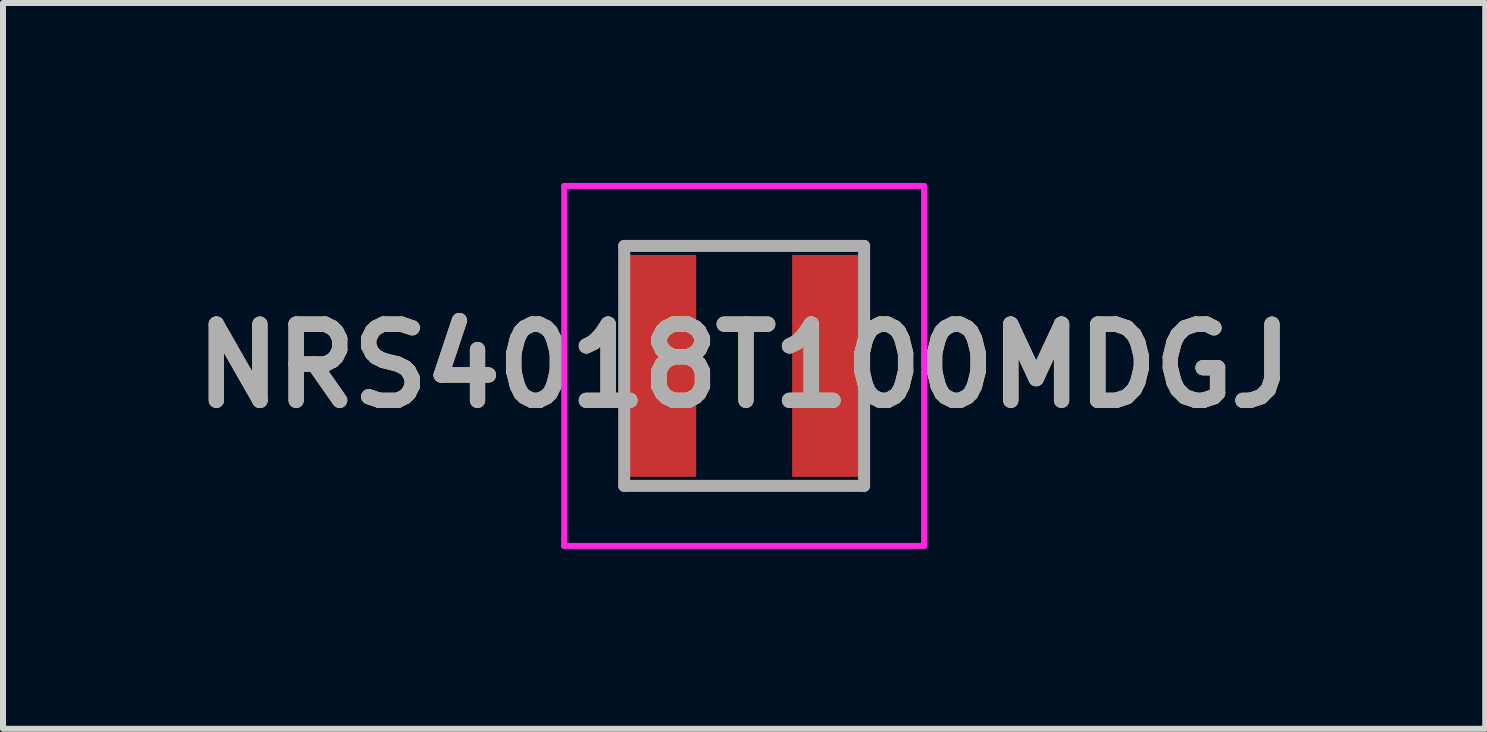
<source format=kicad_pcb>
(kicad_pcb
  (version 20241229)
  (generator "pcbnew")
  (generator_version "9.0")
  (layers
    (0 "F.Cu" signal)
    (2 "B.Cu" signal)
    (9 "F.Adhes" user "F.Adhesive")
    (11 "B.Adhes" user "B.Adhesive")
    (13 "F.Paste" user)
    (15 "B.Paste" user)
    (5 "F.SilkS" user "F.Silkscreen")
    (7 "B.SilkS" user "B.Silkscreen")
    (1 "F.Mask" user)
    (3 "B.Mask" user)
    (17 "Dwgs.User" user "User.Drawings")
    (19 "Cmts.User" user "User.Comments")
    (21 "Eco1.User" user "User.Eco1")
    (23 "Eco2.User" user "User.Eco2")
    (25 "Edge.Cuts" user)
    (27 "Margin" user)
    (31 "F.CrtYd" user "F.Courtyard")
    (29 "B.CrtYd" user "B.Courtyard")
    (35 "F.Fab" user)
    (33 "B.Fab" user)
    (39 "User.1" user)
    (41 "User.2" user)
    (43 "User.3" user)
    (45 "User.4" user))
  (footprint "NRS4018T100MDGJ"
    (layer "F.Cu")
    (at 9.356 3.05)
    (property "Reference" "NRS4018T100MDGJ" (at 0 0 0) (layer "F.SilkS") (effects (font (size 1.27 1.27) (thickness 0.254))))
    (attr smd)
    (fp_line (start -0.6 2) (end 0.6 2) (stroke (width 0.1) (type solid)) (layer "F.SilkS"))
    (fp_line (start -0.5 -2) (end 0.6 -2) (stroke (width 0.1) (type solid)) (layer "F.SilkS"))
    (fp_line (start -3 -3) (end 3 -3) (stroke (width 0.1) (type solid)) (layer "F.CrtYd"))
    (fp_line (start -3 3) (end -3 -3) (stroke (width 0.1) (type solid)) (layer "F.CrtYd"))
    (fp_line (start 3 -3) (end 3 3) (stroke (width 0.1) (type solid)) (layer "F.CrtYd"))
    (fp_line (start 3 3) (end -3 3) (stroke (width 0.1) (type solid)) (layer "F.CrtYd"))
    (fp_line (start -2 -2) (end 2 -2) (stroke (width 0.2) (type solid)) (layer "F.Fab"))
    (fp_line (start -2 2) (end -2 -2) (stroke (width 0.2) (type solid)) (layer "F.Fab"))
    (fp_line (start 2 -2) (end 2 2) (stroke (width 0.2) (type solid)) (layer "F.Fab"))
    (fp_line (start 2 2) (end -2 2) (stroke (width 0.2) (type solid)) (layer "F.Fab"))
    (fp_text user "${REFERENCE}" (at 0 0 0) (layer "F.Fab") (effects (font (size 1.27 1.27) (thickness 0.254))))
    (pad "1" smd rect (at -1.4 0) (size 1.2 3.7) (layers "F.Cu" "F.Mask" "F.Paste"))
    (pad "2" smd rect (at 1.4 0) (size 1.2 3.7) (layers "F.Cu" "F.Mask" "F.Paste")))
  (gr_rect
    (start -3 -3)
    (end 21.711 9.1)
    (stroke (width 0.1) (type default))
    (fill no)
    (layer "Edge.Cuts")))
</source>
